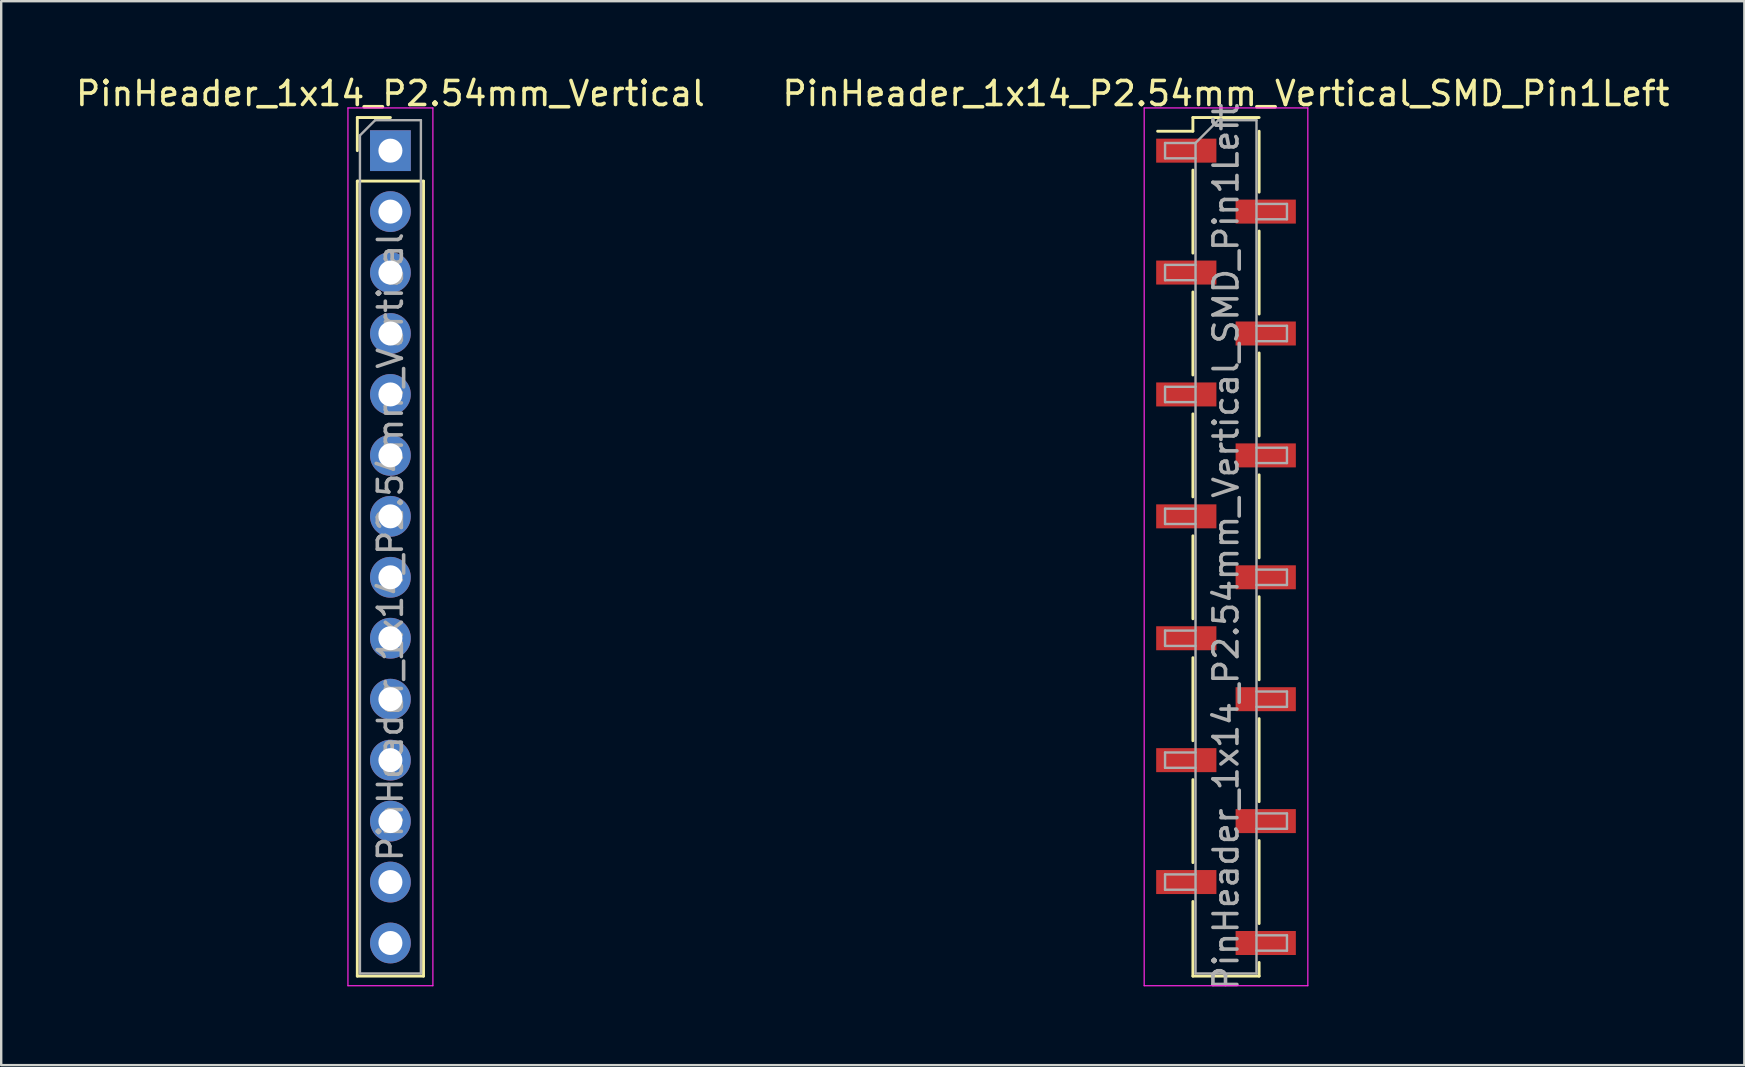
<source format=kicad_pcb>
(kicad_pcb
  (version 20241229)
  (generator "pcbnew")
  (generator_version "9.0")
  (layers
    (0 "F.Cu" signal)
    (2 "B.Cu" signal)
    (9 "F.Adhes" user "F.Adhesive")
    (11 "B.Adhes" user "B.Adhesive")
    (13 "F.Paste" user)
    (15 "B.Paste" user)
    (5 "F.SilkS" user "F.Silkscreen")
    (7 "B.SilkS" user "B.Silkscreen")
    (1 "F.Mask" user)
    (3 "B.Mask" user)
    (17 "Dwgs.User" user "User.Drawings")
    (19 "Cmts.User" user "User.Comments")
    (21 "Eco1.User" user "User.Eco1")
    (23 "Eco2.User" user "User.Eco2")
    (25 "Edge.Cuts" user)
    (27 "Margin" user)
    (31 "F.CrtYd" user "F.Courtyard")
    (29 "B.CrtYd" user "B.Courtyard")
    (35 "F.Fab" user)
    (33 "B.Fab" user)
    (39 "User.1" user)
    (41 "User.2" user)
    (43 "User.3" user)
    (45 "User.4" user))
  (footprint "PinHeader_1x14_P2.54mm_Vertical_SMD_Pin1Left"
    (layer "F.Cu")
    (at 48.042 19.738)
    (property "Reference" "PinHeader_1x14_P2.54mm_Vertical_SMD_Pin1Left" (at 0 -18.89 0) (layer "F.SilkS") (effects (font (size 1 1) (thickness 0.15))))
    (attr smd)
    (fp_line (start -1.38 -17.89) (end -1.38 -17.32) (stroke (width 0.12) (type solid)) (layer "F.SilkS"))
    (fp_line (start -1.38 -17.89) (end 1.38 -17.89) (stroke (width 0.12) (type solid)) (layer "F.SilkS"))
    (fp_line (start -1.38 -17.32) (end -2.85 -17.32) (stroke (width 0.12) (type solid)) (layer "F.SilkS"))
    (fp_line (start -1.38 -15.7) (end -1.38 -12.24) (stroke (width 0.12) (type solid)) (layer "F.SilkS"))
    (fp_line (start -1.38 -10.62) (end -1.38 -7.16) (stroke (width 0.12) (type solid)) (layer "F.SilkS"))
    (fp_line (start -1.38 -5.54) (end -1.38 -2.08) (stroke (width 0.12) (type solid)) (layer "F.SilkS"))
    (fp_line (start -1.38 -0.46) (end -1.38 3) (stroke (width 0.12) (type solid)) (layer "F.SilkS"))
    (fp_line (start -1.38 4.62) (end -1.38 8.08) (stroke (width 0.12) (type solid)) (layer "F.SilkS"))
    (fp_line (start -1.38 9.7) (end -1.38 13.16) (stroke (width 0.12) (type solid)) (layer "F.SilkS"))
    (fp_line (start -1.38 14.78) (end -1.38 17.89) (stroke (width 0.12) (type solid)) (layer "F.SilkS"))
    (fp_line (start -1.38 17.89) (end 1.38 17.89) (stroke (width 0.12) (type solid)) (layer "F.SilkS"))
    (fp_line (start 1.38 -17.32) (end 1.38 -14.78) (stroke (width 0.12) (type solid)) (layer "F.SilkS"))
    (fp_line (start 1.38 -13.16) (end 1.38 -9.7) (stroke (width 0.12) (type solid)) (layer "F.SilkS"))
    (fp_line (start 1.38 -8.08) (end 1.38 -4.62) (stroke (width 0.12) (type solid)) (layer "F.SilkS"))
    (fp_line (start 1.38 -3) (end 1.38 0.46) (stroke (width 0.12) (type solid)) (layer "F.SilkS"))
    (fp_line (start 1.38 2.08) (end 1.38 5.54) (stroke (width 0.12) (type solid)) (layer "F.SilkS"))
    (fp_line (start 1.38 7.16) (end 1.38 10.62) (stroke (width 0.12) (type solid)) (layer "F.SilkS"))
    (fp_line (start 1.38 12.24) (end 1.38 15.7) (stroke (width 0.12) (type solid)) (layer "F.SilkS"))
    (fp_line (start 1.38 17.32) (end 1.38 17.89) (stroke (width 0.12) (type solid)) (layer "F.SilkS"))
    (fp_line (start -3.41 -18.29) (end -3.41 18.29) (stroke (width 0.05) (type solid)) (layer "F.CrtYd"))
    (fp_line (start -3.41 18.29) (end 3.41 18.29) (stroke (width 0.05) (type solid)) (layer "F.CrtYd"))
    (fp_line (start 3.41 -18.29) (end -3.41 -18.29) (stroke (width 0.05) (type solid)) (layer "F.CrtYd"))
    (fp_line (start 3.41 18.29) (end 3.41 -18.29) (stroke (width 0.05) (type solid)) (layer "F.CrtYd"))
    (fp_line (start -2.54 -16.83) (end -2.54 -16.19) (stroke (width 0.1) (type solid)) (layer "F.Fab"))
    (fp_line (start -2.54 -16.19) (end -1.27 -16.19) (stroke (width 0.1) (type solid)) (layer "F.Fab"))
    (fp_line (start -2.54 -11.75) (end -2.54 -11.11) (stroke (width 0.1) (type solid)) (layer "F.Fab"))
    (fp_line (start -2.54 -11.11) (end -1.27 -11.11) (stroke (width 0.1) (type solid)) (layer "F.Fab"))
    (fp_line (start -2.54 -6.67) (end -2.54 -6.03) (stroke (width 0.1) (type solid)) (layer "F.Fab"))
    (fp_line (start -2.54 -6.03) (end -1.27 -6.03) (stroke (width 0.1) (type solid)) (layer "F.Fab"))
    (fp_line (start -2.54 -1.59) (end -2.54 -0.95) (stroke (width 0.1) (type solid)) (layer "F.Fab"))
    (fp_line (start -2.54 -0.95) (end -1.27 -0.95) (stroke (width 0.1) (type solid)) (layer "F.Fab"))
    (fp_line (start -2.54 3.49) (end -2.54 4.13) (stroke (width 0.1) (type solid)) (layer "F.Fab"))
    (fp_line (start -2.54 4.13) (end -1.27 4.13) (stroke (width 0.1) (type solid)) (layer "F.Fab"))
    (fp_line (start -2.54 8.57) (end -2.54 9.21) (stroke (width 0.1) (type solid)) (layer "F.Fab"))
    (fp_line (start -2.54 9.21) (end -1.27 9.21) (stroke (width 0.1) (type solid)) (layer "F.Fab"))
    (fp_line (start -2.54 13.65) (end -2.54 14.29) (stroke (width 0.1) (type solid)) (layer "F.Fab"))
    (fp_line (start -2.54 14.29) (end -1.27 14.29) (stroke (width 0.1) (type solid)) (layer "F.Fab"))
    (fp_line (start -1.27 -16.83) (end -2.54 -16.83) (stroke (width 0.1) (type solid)) (layer "F.Fab"))
    (fp_line (start -1.27 -16.83) (end -0.32 -17.78) (stroke (width 0.1) (type solid)) (layer "F.Fab"))
    (fp_line (start -1.27 -11.75) (end -2.54 -11.75) (stroke (width 0.1) (type solid)) (layer "F.Fab"))
    (fp_line (start -1.27 -6.67) (end -2.54 -6.67) (stroke (width 0.1) (type solid)) (layer "F.Fab"))
    (fp_line (start -1.27 -1.59) (end -2.54 -1.59) (stroke (width 0.1) (type solid)) (layer "F.Fab"))
    (fp_line (start -1.27 3.49) (end -2.54 3.49) (stroke (width 0.1) (type solid)) (layer "F.Fab"))
    (fp_line (start -1.27 8.57) (end -2.54 8.57) (stroke (width 0.1) (type solid)) (layer "F.Fab"))
    (fp_line (start -1.27 13.65) (end -2.54 13.65) (stroke (width 0.1) (type solid)) (layer "F.Fab"))
    (fp_line (start -1.27 17.78) (end -1.27 -16.83) (stroke (width 0.1) (type solid)) (layer "F.Fab"))
    (fp_line (start -0.32 -17.78) (end 1.27 -17.78) (stroke (width 0.1) (type solid)) (layer "F.Fab"))
    (fp_line (start 1.27 -17.78) (end 1.27 17.78) (stroke (width 0.1) (type solid)) (layer "F.Fab"))
    (fp_line (start 1.27 -14.29) (end 2.54 -14.29) (stroke (width 0.1) (type solid)) (layer "F.Fab"))
    (fp_line (start 1.27 -9.21) (end 2.54 -9.21) (stroke (width 0.1) (type solid)) (layer "F.Fab"))
    (fp_line (start 1.27 -4.13) (end 2.54 -4.13) (stroke (width 0.1) (type solid)) (layer "F.Fab"))
    (fp_line (start 1.27 0.95) (end 2.54 0.95) (stroke (width 0.1) (type solid)) (layer "F.Fab"))
    (fp_line (start 1.27 6.03) (end 2.54 6.03) (stroke (width 0.1) (type solid)) (layer "F.Fab"))
    (fp_line (start 1.27 11.11) (end 2.54 11.11) (stroke (width 0.1) (type solid)) (layer "F.Fab"))
    (fp_line (start 1.27 16.19) (end 2.54 16.19) (stroke (width 0.1) (type solid)) (layer "F.Fab"))
    (fp_line (start 1.27 17.78) (end -1.27 17.78) (stroke (width 0.1) (type solid)) (layer "F.Fab"))
    (fp_line (start 2.54 -14.29) (end 2.54 -13.65) (stroke (width 0.1) (type solid)) (layer "F.Fab"))
    (fp_line (start 2.54 -13.65) (end 1.27 -13.65) (stroke (width 0.1) (type solid)) (layer "F.Fab"))
    (fp_line (start 2.54 -9.21) (end 2.54 -8.57) (stroke (width 0.1) (type solid)) (layer "F.Fab"))
    (fp_line (start 2.54 -8.57) (end 1.27 -8.57) (stroke (width 0.1) (type solid)) (layer "F.Fab"))
    (fp_line (start 2.54 -4.13) (end 2.54 -3.49) (stroke (width 0.1) (type solid)) (layer "F.Fab"))
    (fp_line (start 2.54 -3.49) (end 1.27 -3.49) (stroke (width 0.1) (type solid)) (layer "F.Fab"))
    (fp_line (start 2.54 0.95) (end 2.54 1.59) (stroke (width 0.1) (type solid)) (layer "F.Fab"))
    (fp_line (start 2.54 1.59) (end 1.27 1.59) (stroke (width 0.1) (type solid)) (layer "F.Fab"))
    (fp_line (start 2.54 6.03) (end 2.54 6.67) (stroke (width 0.1) (type solid)) (layer "F.Fab"))
    (fp_line (start 2.54 6.67) (end 1.27 6.67) (stroke (width 0.1) (type solid)) (layer "F.Fab"))
    (fp_line (start 2.54 11.11) (end 2.54 11.75) (stroke (width 0.1) (type solid)) (layer "F.Fab"))
    (fp_line (start 2.54 11.75) (end 1.27 11.75) (stroke (width 0.1) (type solid)) (layer "F.Fab"))
    (fp_line (start 2.54 16.19) (end 2.54 16.83) (stroke (width 0.1) (type solid)) (layer "F.Fab"))
    (fp_line (start 2.54 16.83) (end 1.27 16.83) (stroke (width 0.1) (type solid)) (layer "F.Fab"))
    (fp_text user "${REFERENCE}" (at 0 0 90) (layer "F.Fab") (effects (font (size 1 1) (thickness 0.15))))
    (pad "1" smd rect (at -1.655 -16.51) (size 2.51 1) (layers "F.Cu" "F.Mask" "F.Paste"))
    (pad "2" smd rect (at 1.655 -13.97) (size 2.51 1) (layers "F.Cu" "F.Mask" "F.Paste"))
    (pad "3" smd rect (at -1.655 -11.43) (size 2.51 1) (layers "F.Cu" "F.Mask" "F.Paste"))
    (pad "4" smd rect (at 1.655 -8.89) (size 2.51 1) (layers "F.Cu" "F.Mask" "F.Paste"))
    (pad "5" smd rect (at -1.655 -6.35) (size 2.51 1) (layers "F.Cu" "F.Mask" "F.Paste"))
    (pad "6" smd rect (at 1.655 -3.81) (size 2.51 1) (layers "F.Cu" "F.Mask" "F.Paste"))
    (pad "7" smd rect (at -1.655 -1.27) (size 2.51 1) (layers "F.Cu" "F.Mask" "F.Paste"))
    (pad "8" smd rect (at 1.655 1.27) (size 2.51 1) (layers "F.Cu" "F.Mask" "F.Paste"))
    (pad "9" smd rect (at -1.655 3.81) (size 2.51 1) (layers "F.Cu" "F.Mask" "F.Paste"))
    (pad "10" smd rect (at 1.655 6.35) (size 2.51 1) (layers "F.Cu" "F.Mask" "F.Paste"))
    (pad "11" smd rect (at -1.655 8.89) (size 2.51 1) (layers "F.Cu" "F.Mask" "F.Paste"))
    (pad "12" smd rect (at 1.655 11.43) (size 2.51 1) (layers "F.Cu" "F.Mask" "F.Paste"))
    (pad "13" smd rect (at -1.655 13.97) (size 2.51 1) (layers "F.Cu" "F.Mask" "F.Paste"))
    (pad "14" smd rect (at 1.655 16.51) (size 2.51 1) (layers "F.Cu" "F.Mask" "F.Paste")))
  (footprint "PinHeader_1x14_P2.54mm_Vertical"
    (layer "F.Cu")
    (at 13.22 3.228)
    (property "Reference" "PinHeader_1x14_P2.54mm_Vertical" (at 0 -2.38 0) (layer "F.SilkS") (effects (font (size 1 1) (thickness 0.15))))
    (attr through_hole)
    (fp_line (start -1.38 -1.38) (end 0 -1.38) (stroke (width 0.12) (type solid)) (layer "F.SilkS"))
    (fp_line (start -1.38 0) (end -1.38 -1.38) (stroke (width 0.12) (type solid)) (layer "F.SilkS"))
    (fp_line (start -1.38 1.27) (end -1.38 34.4) (stroke (width 0.12) (type solid)) (layer "F.SilkS"))
    (fp_line (start -1.38 1.27) (end 1.38 1.27) (stroke (width 0.12) (type solid)) (layer "F.SilkS"))
    (fp_line (start -1.38 34.4) (end 1.38 34.4) (stroke (width 0.12) (type solid)) (layer "F.SilkS"))
    (fp_line (start 1.38 1.27) (end 1.38 34.4) (stroke (width 0.12) (type solid)) (layer "F.SilkS"))
    (fp_line (start -1.77 -1.78) (end -1.77 34.8) (stroke (width 0.05) (type solid)) (layer "F.CrtYd"))
    (fp_line (start -1.77 34.8) (end 1.77 34.8) (stroke (width 0.05) (type solid)) (layer "F.CrtYd"))
    (fp_line (start 1.77 -1.78) (end -1.77 -1.78) (stroke (width 0.05) (type solid)) (layer "F.CrtYd"))
    (fp_line (start 1.77 34.8) (end 1.77 -1.78) (stroke (width 0.05) (type solid)) (layer "F.CrtYd"))
    (fp_line (start -1.27 -0.635) (end -0.635 -1.27) (stroke (width 0.1) (type solid)) (layer "F.Fab"))
    (fp_line (start -1.27 34.29) (end -1.27 -0.635) (stroke (width 0.1) (type solid)) (layer "F.Fab"))
    (fp_line (start -0.635 -1.27) (end 1.27 -1.27) (stroke (width 0.1) (type solid)) (layer "F.Fab"))
    (fp_line (start 1.27 -1.27) (end 1.27 34.29) (stroke (width 0.1) (type solid)) (layer "F.Fab"))
    (fp_line (start 1.27 34.29) (end -1.27 34.29) (stroke (width 0.1) (type solid)) (layer "F.Fab"))
    (fp_text user "${REFERENCE}" (at 0 16.51 90) (layer "F.Fab") (effects (font (size 1 1) (thickness 0.15))))
    (pad "1" thru_hole rect (at 0 0) (size 1.7 1.7) (drill 1) (layers "*.Cu" "*.Mask"))
    (pad "2" thru_hole circle (at 0 2.54) (size 1.7 1.7) (drill 1) (layers "*.Cu" "*.Mask"))
    (pad "3" thru_hole circle (at 0 5.08) (size 1.7 1.7) (drill 1) (layers "*.Cu" "*.Mask"))
    (pad "4" thru_hole circle (at 0 7.62) (size 1.7 1.7) (drill 1) (layers "*.Cu" "*.Mask"))
    (pad "5" thru_hole circle (at 0 10.16) (size 1.7 1.7) (drill 1) (layers "*.Cu" "*.Mask"))
    (pad "6" thru_hole circle (at 0 12.7) (size 1.7 1.7) (drill 1) (layers "*.Cu" "*.Mask"))
    (pad "7" thru_hole circle (at 0 15.24) (size 1.7 1.7) (drill 1) (layers "*.Cu" "*.Mask"))
    (pad "8" thru_hole circle (at 0 17.78) (size 1.7 1.7) (drill 1) (layers "*.Cu" "*.Mask"))
    (pad "9" thru_hole circle (at 0 20.32) (size 1.7 1.7) (drill 1) (layers "*.Cu" "*.Mask"))
    (pad "10" thru_hole circle (at 0 22.86) (size 1.7 1.7) (drill 1) (layers "*.Cu" "*.Mask"))
    (pad "11" thru_hole circle (at 0 25.4) (size 1.7 1.7) (drill 1) (layers "*.Cu" "*.Mask"))
    (pad "12" thru_hole circle (at 0 27.94) (size 1.7 1.7) (drill 1) (layers "*.Cu" "*.Mask"))
    (pad "13" thru_hole circle (at 0 30.48) (size 1.7 1.7) (drill 1) (layers "*.Cu" "*.Mask"))
    (pad "14" thru_hole circle (at 0 33.02) (size 1.7 1.7) (drill 1) (layers "*.Cu" "*.Mask")))
  (gr_rect
    (start -3 -3)
    (end 69.643 41.339)
    (stroke (width 0.1) (type default))
    (fill no)
    (layer "Edge.Cuts")))
</source>
